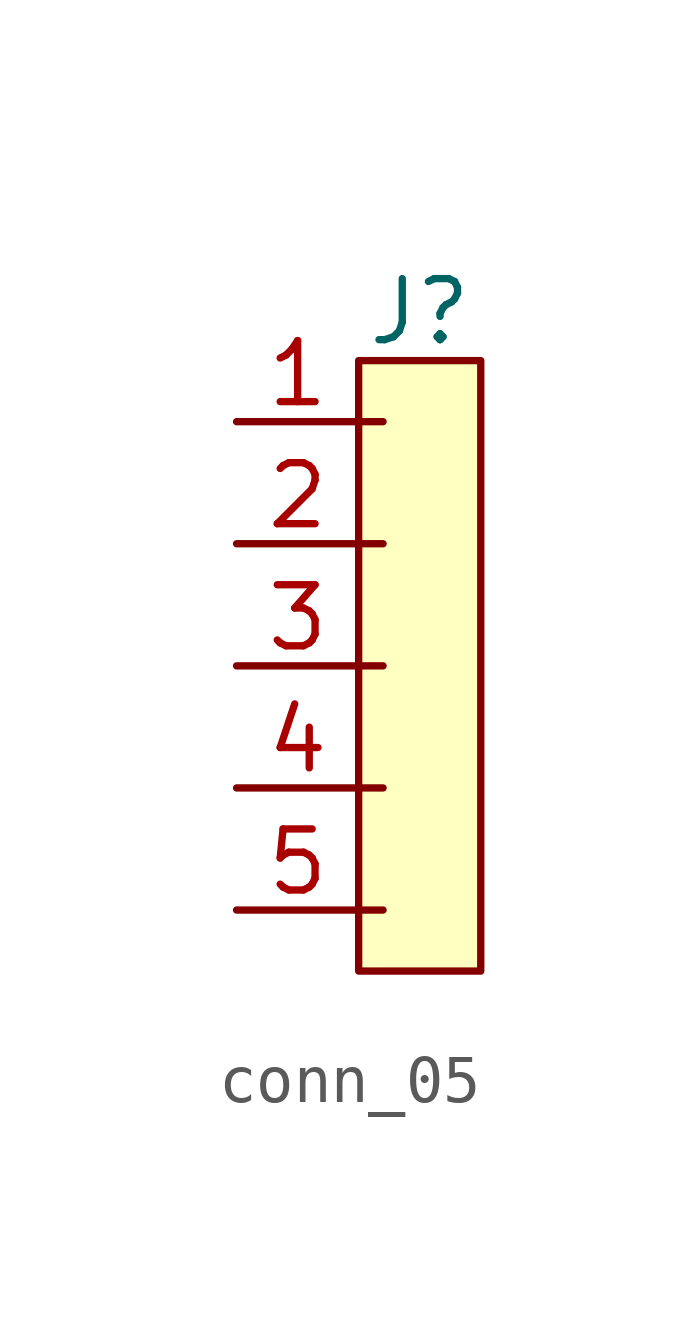
<source format=kicad_sym>
(kicad_symbol_lib
  (version 20231120)
  (generator "kicad_symbol_editor")
  (generator_version "8.0")
  (symbol "conn_05"
    (pin_names hide)
    (property "Reference" "J"
      (at 3.81 2.286 0)
      (effects (font (size 1.27 1.27))))
    (symbol "conn_05_1_0"
      (pin passive line (at 0 0 0) (length 2.54) (name "1" (effects (font (size 1.27 1.27)))) (number "1" (effects (font (size 1.27 1.27)))))
      (pin passive line (at 0 -2.54 0) (length 2.54) (name "2" (effects (font (size 1.27 1.27)))) (number "2" (effects (font (size 1.27 1.27)))))
      (pin passive line (at 0 -5.08 0) (length 2.54) (name "3" (effects (font (size 1.27 1.27)))) (number "3" (effects (font (size 1.27 1.27)))))
      (pin passive line (at 0 -7.62 0) (length 2.54) (name "3" (effects (font (size 1.27 1.27)))) (number "4" (effects (font (size 1.27 1.27)))))
      (pin passive line (at 0 -10.16 0) (length 2.54) (name "3" (effects (font (size 1.27 1.27)))) (number "5" (effects (font (size 1.27 1.27))))))
    (symbol "conn_05_1_1"
      (polyline (pts (xy 2.54 -10.16) (xy 3.048 -10.16)) (stroke (width 0) (type default)) (fill (type none)))
      (polyline (pts (xy 2.54 -7.62) (xy 3.048 -7.62)) (stroke (width 0) (type default)) (fill (type none)))
      (polyline (pts (xy 2.54 -5.08) (xy 3.048 -5.08)) (stroke (width 0) (type default)) (fill (type none)))
      (polyline (pts (xy 2.54 0) (xy 3.048 0)) (stroke (width 0) (type default)) (fill (type none)))
      (polyline (pts (xy 3.048 -2.54) (xy 2.54 -2.54)) (stroke (width 0) (type default)) (fill (type none)))
      (rectangle (start 2.54 1.27) (end 5.08 -11.43) (stroke (width 0) (type default)) (fill (type background))))))
</source>
